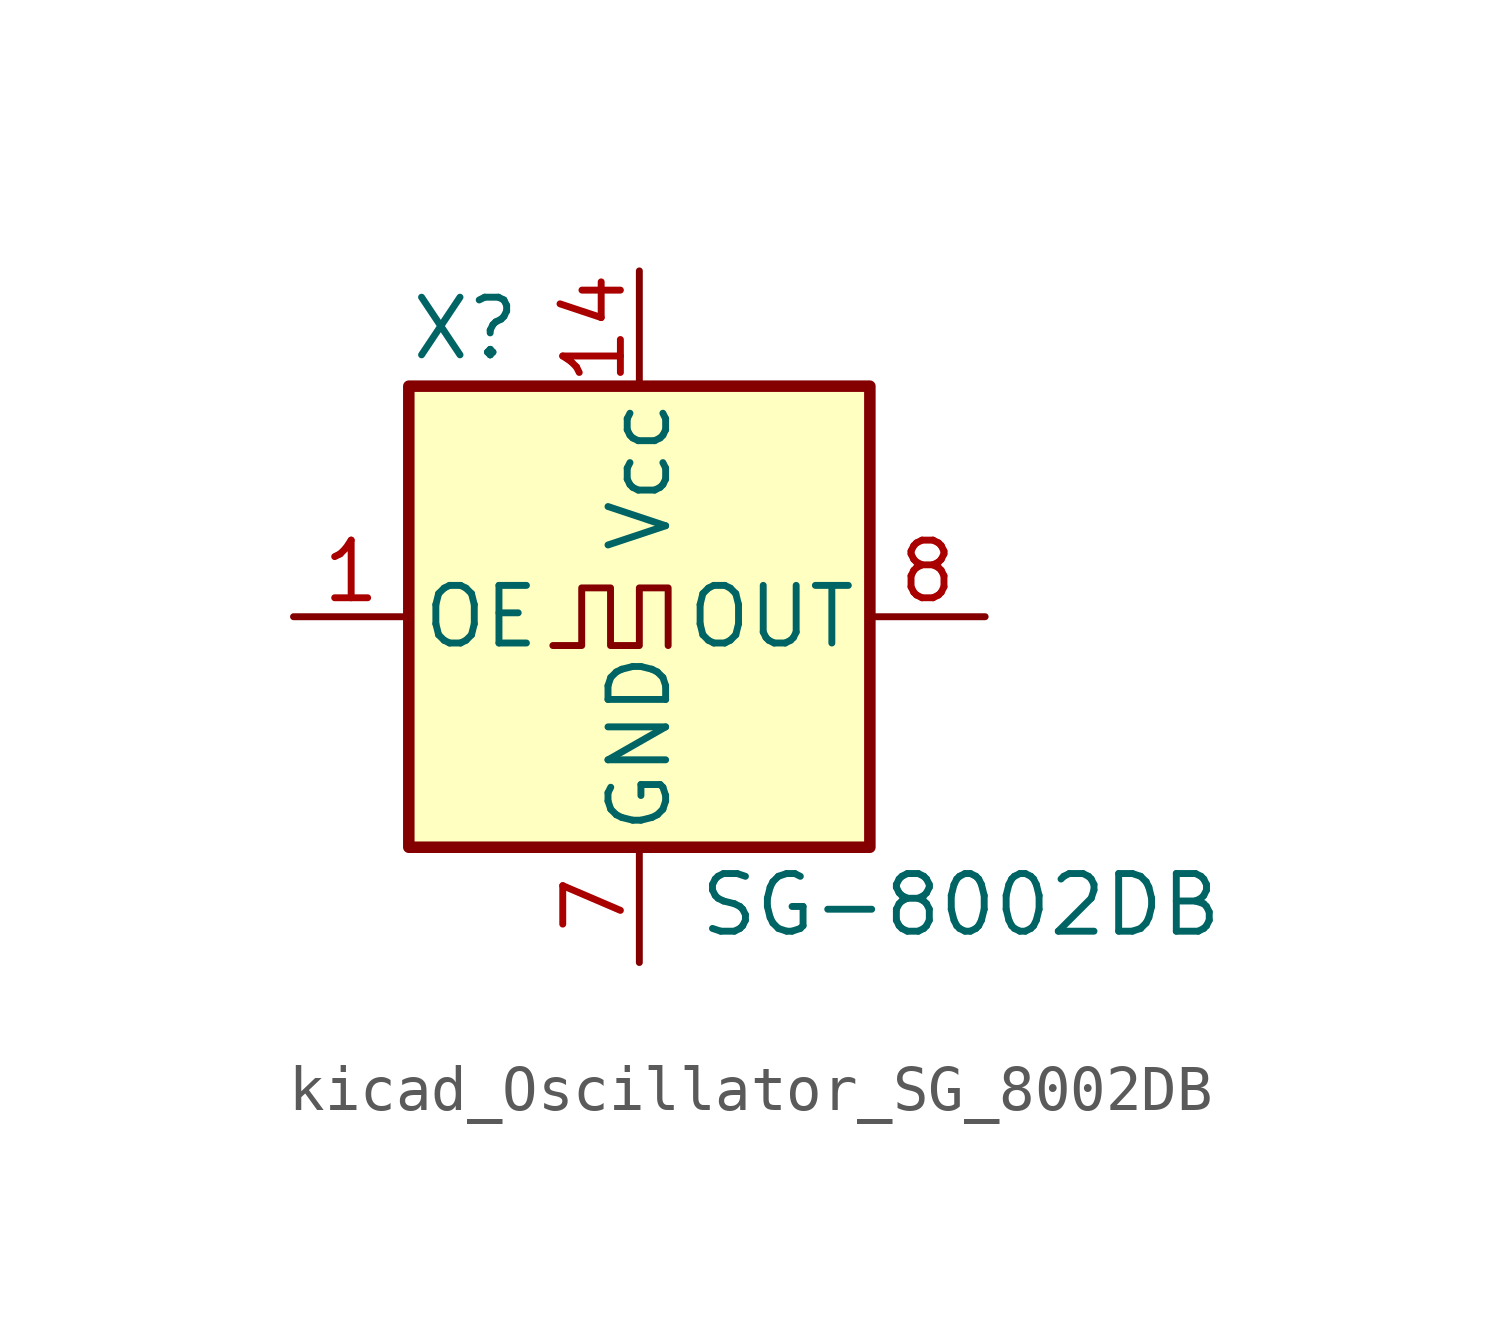
<source format=kicad_sym>
(kicad_symbol_lib
  (version 20220914)
  (generator kicad_symbol_editor)
  (symbol "kicad_Oscillator_SG_8002DB"
    (pin_names
      (offset 0.254))
    (property "Reference" "X"
      (at -5.08 6.35 0)
      (effects (font (size 1.27 1.27)) (justify left)))
    (property "Value" "SG-8002DB"
      (at 1.27 -6.35 0)
      (effects (font (size 1.27 1.27)) (justify left)))
    (symbol "kicad_Oscillator_SG_8002DB_0_1"
      (rectangle (start -5.08 5.08) (end 5.08 -5.08) (stroke (width 0.254) (type default)) (fill (type background)))
      (polyline (pts (xy -1.905 -0.635) (xy -1.27 -0.635) (xy -1.27 0.635) (xy -0.635 0.635) (xy -0.635 -0.635) (xy 0 -0.635) (xy 0 0.635) (xy 0.635 0.635) (xy 0.635 -0.635)) (stroke (width 0) (type default)) (fill (type none))))
    (symbol "kicad_Oscillator_SG_8002DB_1_1"
      (pin input line (at -7.62 0 0) (length 2.54) (name "OE" (effects (font (size 1.27 1.27)))) (number "1" (effects (font (size 1.27 1.27)))))
      (pin power_in line (at 0 7.62 270) (length 2.54) (name "Vcc" (effects (font (size 1.27 1.27)))) (number "14" (effects (font (size 1.27 1.27)))))
      (pin power_in line (at 0 -7.62 90) (length 2.54) (name "GND" (effects (font (size 1.27 1.27)))) (number "7" (effects (font (size 1.27 1.27)))))
      (pin output line (at 7.62 0 180) (length 2.54) (name "OUT" (effects (font (size 1.27 1.27)))) (number "8" (effects (font (size 1.27 1.27))))))))
</source>
